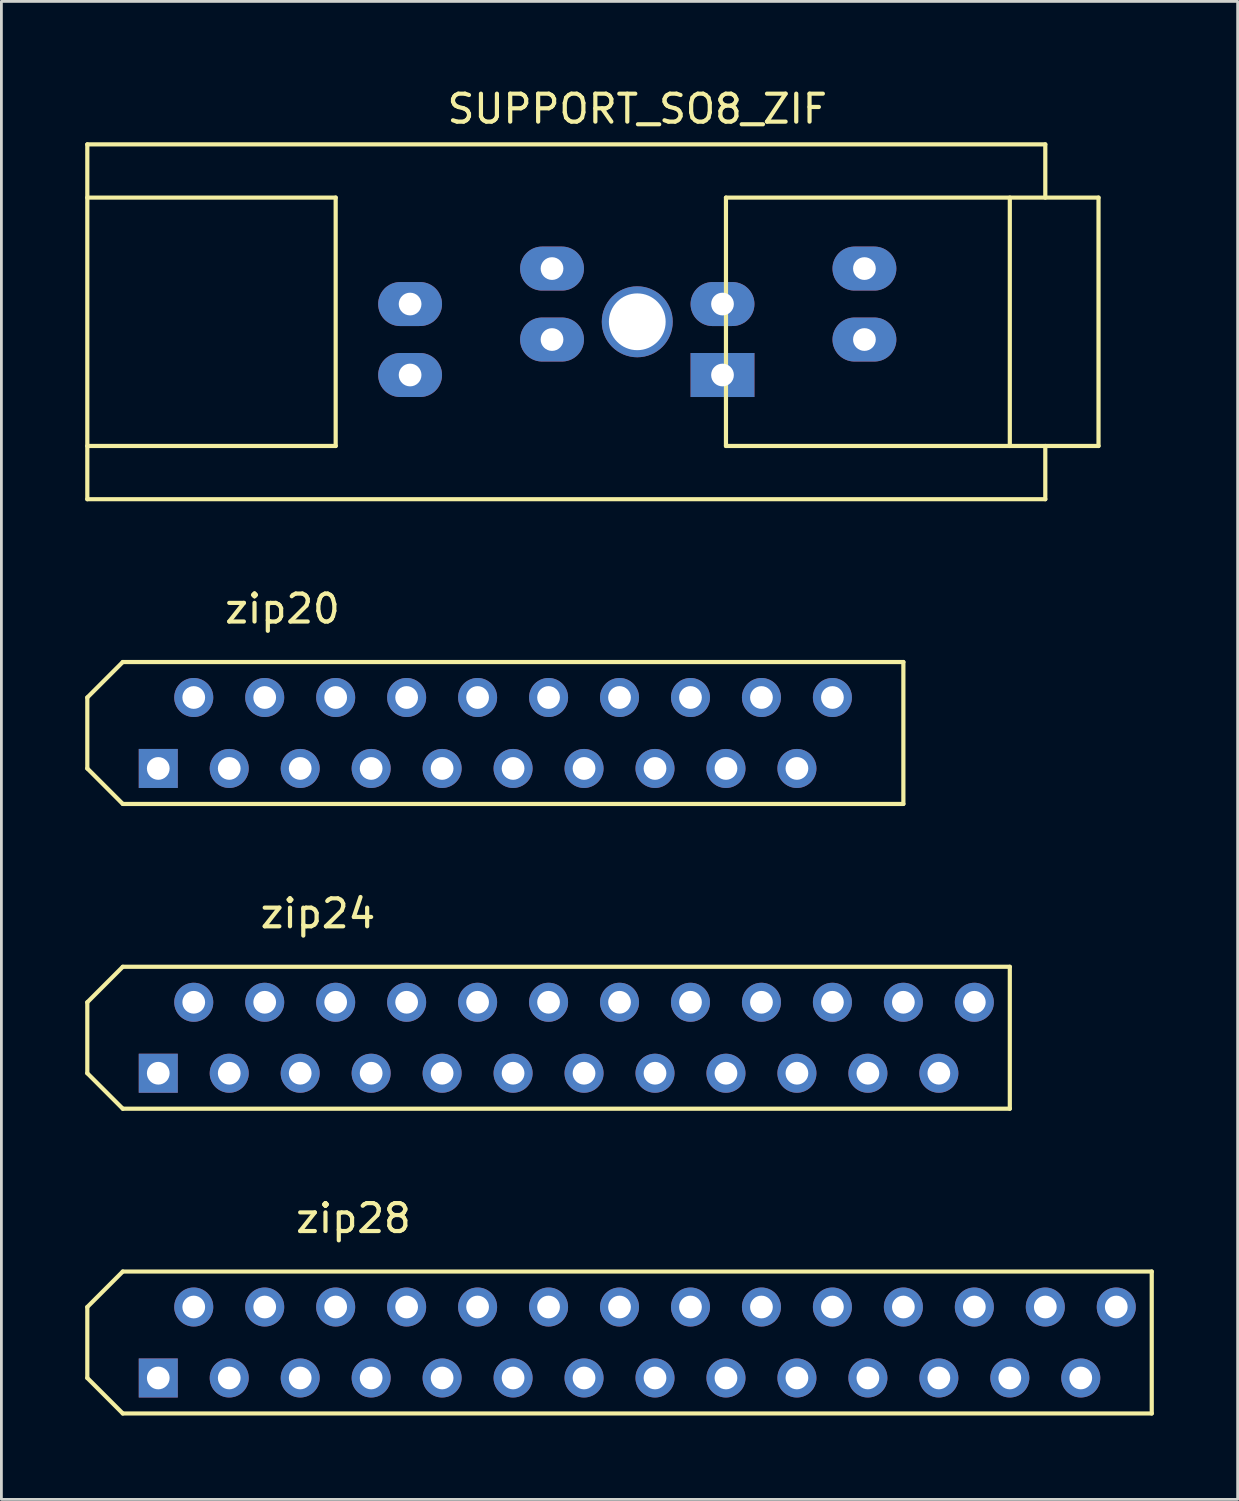
<source format=kicad_pcb>
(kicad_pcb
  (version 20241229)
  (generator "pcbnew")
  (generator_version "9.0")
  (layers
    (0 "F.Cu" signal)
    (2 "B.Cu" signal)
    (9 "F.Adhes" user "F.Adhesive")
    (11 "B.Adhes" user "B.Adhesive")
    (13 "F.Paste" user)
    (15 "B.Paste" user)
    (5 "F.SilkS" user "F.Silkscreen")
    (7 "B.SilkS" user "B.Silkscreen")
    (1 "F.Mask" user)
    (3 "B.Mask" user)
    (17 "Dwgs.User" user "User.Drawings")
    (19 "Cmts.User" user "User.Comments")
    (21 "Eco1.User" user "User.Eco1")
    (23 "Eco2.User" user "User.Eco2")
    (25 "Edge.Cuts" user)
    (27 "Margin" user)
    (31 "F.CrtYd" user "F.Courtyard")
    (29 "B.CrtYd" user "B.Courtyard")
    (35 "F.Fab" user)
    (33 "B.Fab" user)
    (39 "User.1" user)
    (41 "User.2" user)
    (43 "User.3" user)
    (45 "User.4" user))
  (footprint "zip20"
    (layer "F.Cu")
    (at 16.585 23.186)
    (property "Reference" "zip20" (at -9.525 -4.445 0) (layer "F.SilkS") (effects (font (size 1 1) (thickness 0.15))))
    (attr through_hole)
    (fp_line (start -16.51 -1.27) (end -15.24 -2.54) (stroke (width 0.15) (type solid)) (layer "F.SilkS"))
    (fp_line (start -16.51 1.27) (end -16.51 -1.27) (stroke (width 0.15) (type solid)) (layer "F.SilkS"))
    (fp_line (start -15.24 -2.54) (end 12.7 -2.54) (stroke (width 0.15) (type solid)) (layer "F.SilkS"))
    (fp_line (start -15.24 2.54) (end -16.51 1.27) (stroke (width 0.15) (type solid)) (layer "F.SilkS"))
    (fp_line (start 12.7 -2.54) (end 12.7 2.54) (stroke (width 0.15) (type solid)) (layer "F.SilkS"))
    (fp_line (start 12.7 2.54) (end -15.24 2.54) (stroke (width 0.15) (type solid)) (layer "F.SilkS"))
    (pad "1" thru_hole rect (at -13.97 1.27) (size 1.397 1.397) (drill 0.813) (layers "*.Cu" "*.Mask"))
    (pad "2" thru_hole circle (at -12.7 -1.27) (size 1.397 1.397) (drill 0.813) (layers "*.Cu" "*.Mask"))
    (pad "3" thru_hole circle (at -11.43 1.27) (size 1.397 1.397) (drill 0.813) (layers "*.Cu" "*.Mask"))
    (pad "4" thru_hole circle (at -10.16 -1.27) (size 1.397 1.397) (drill 0.813) (layers "*.Cu" "*.Mask"))
    (pad "5" thru_hole circle (at -8.89 1.27) (size 1.397 1.397) (drill 0.813) (layers "*.Cu" "*.Mask"))
    (pad "6" thru_hole circle (at -7.62 -1.27) (size 1.397 1.397) (drill 0.813) (layers "*.Cu" "*.Mask"))
    (pad "7" thru_hole circle (at -6.35 1.27) (size 1.397 1.397) (drill 0.813) (layers "*.Cu" "*.Mask"))
    (pad "8" thru_hole circle (at -5.08 -1.27) (size 1.397 1.397) (drill 0.813) (layers "*.Cu" "*.Mask"))
    (pad "9" thru_hole circle (at -3.81 1.27) (size 1.397 1.397) (drill 0.813) (layers "*.Cu" "*.Mask"))
    (pad "10" thru_hole circle (at -2.54 -1.27) (size 1.397 1.397) (drill 0.813) (layers "*.Cu" "*.Mask"))
    (pad "11" thru_hole circle (at -1.27 1.27) (size 1.397 1.397) (drill 0.813) (layers "*.Cu" "*.Mask"))
    (pad "12" thru_hole circle (at 0 -1.27) (size 1.397 1.397) (drill 0.813) (layers "*.Cu" "*.Mask"))
    (pad "13" thru_hole circle (at 1.27 1.27) (size 1.397 1.397) (drill 0.813) (layers "*.Cu" "*.Mask"))
    (pad "14" thru_hole circle (at 2.54 -1.27) (size 1.397 1.397) (drill 0.813) (layers "*.Cu" "*.Mask"))
    (pad "15" thru_hole circle (at 3.81 1.27) (size 1.397 1.397) (drill 0.813) (layers "*.Cu" "*.Mask"))
    (pad "16" thru_hole circle (at 5.08 -1.27) (size 1.397 1.397) (drill 0.813) (layers "*.Cu" "*.Mask"))
    (pad "17" thru_hole circle (at 6.35 1.27) (size 1.397 1.397) (drill 0.813) (layers "*.Cu" "*.Mask"))
    (pad "18" thru_hole circle (at 7.62 -1.27) (size 1.397 1.397) (drill 0.813) (layers "*.Cu" "*.Mask"))
    (pad "19" thru_hole circle (at 8.89 1.27) (size 1.397 1.397) (drill 0.813) (layers "*.Cu" "*.Mask"))
    (pad "20" thru_hole circle (at 10.16 -1.27) (size 1.397 1.397) (drill 0.813) (layers "*.Cu" "*.Mask")))
  (footprint "SUPPORT_SO8_ZIF"
    (layer "F.Cu")
    (at 19.76 8.468)
    (property "Reference" "SUPPORT_SO8_ZIF" (at 0 -7.62 0) (layer "F.SilkS") (effects (font (size 1 1) (thickness 0.15))))
    (attr through_hole)
    (fp_line (start -19.685 -6.35) (end -19.685 6.35) (stroke (width 0.15) (type solid)) (layer "F.SilkS"))
    (fp_line (start -19.685 -6.35) (end 14.605 -6.35) (stroke (width 0.15) (type solid)) (layer "F.SilkS"))
    (fp_line (start -19.685 4.445) (end -10.795 4.445) (stroke (width 0.15) (type solid)) (layer "F.SilkS"))
    (fp_line (start -10.795 -4.445) (end -19.685 -4.445) (stroke (width 0.15) (type solid)) (layer "F.SilkS"))
    (fp_line (start -10.795 4.445) (end -10.795 -4.445) (stroke (width 0.15) (type solid)) (layer "F.SilkS"))
    (fp_line (start 3.175 -4.445) (end 3.175 4.445) (stroke (width 0.15) (type solid)) (layer "F.SilkS"))
    (fp_line (start 3.175 4.445) (end 16.51 4.445) (stroke (width 0.15) (type solid)) (layer "F.SilkS"))
    (fp_line (start 13.335 4.445) (end 13.335 -4.445) (stroke (width 0.15) (type solid)) (layer "F.SilkS"))
    (fp_line (start 14.605 -6.35) (end 14.605 -4.445) (stroke (width 0.15) (type solid)) (layer "F.SilkS"))
    (fp_line (start 14.605 6.35) (end -19.685 6.35) (stroke (width 0.15) (type solid)) (layer "F.SilkS"))
    (fp_line (start 14.605 6.35) (end 14.605 4.445) (stroke (width 0.15) (type solid)) (layer "F.SilkS"))
    (fp_line (start 16.51 -4.445) (end 3.175 -4.445) (stroke (width 0.15) (type solid)) (layer "F.SilkS"))
    (fp_line (start 16.51 4.445) (end 16.51 -4.445) (stroke (width 0.15) (type solid)) (layer "F.SilkS"))
    (pad "" thru_hole circle (at 0 0) (size 2.54 2.54) (drill 2.032) (layers "*.Cu"))
    (pad "1" thru_hole oval (at -3.051 -1.905) (size 2.286 1.575) (drill 0.813) (layers "*.Cu" "*.Mask"))
    (pad "2" thru_hole oval (at -8.131 -0.635) (size 2.286 1.575) (drill 0.813) (layers "*.Cu" "*.Mask"))
    (pad "3" thru_hole oval (at -3.051 0.635) (size 2.286 1.575) (drill 0.813) (layers "*.Cu" "*.Mask"))
    (pad "4" thru_hole oval (at -8.131 1.905) (size 2.286 1.575) (drill 0.813) (layers "*.Cu" "*.Mask"))
    (pad "5" thru_hole rect (at 3.051 1.905) (size 2.286 1.575) (drill 0.813) (layers "*.Cu" "*.Mask"))
    (pad "6" thru_hole oval (at 8.131 0.635) (size 2.286 1.575) (drill 0.813) (layers "*.Cu" "*.Mask"))
    (pad "7" thru_hole oval (at 3.051 -0.635) (size 2.286 1.575) (drill 0.813) (layers "*.Cu" "*.Mask"))
    (pad "8" thru_hole oval (at 8.131 -1.905) (size 2.286 1.575) (drill 0.813) (layers "*.Cu" "*.Mask")))
  (footprint "zip24"
    (layer "F.Cu")
    (at 16.585 34.095)
    (property "Reference" "zip24" (at -8.255 -4.445 0) (layer "F.SilkS") (effects (font (size 1 1) (thickness 0.15))))
    (attr through_hole)
    (fp_line (start -16.51 -1.27) (end -15.24 -2.54) (stroke (width 0.15) (type solid)) (layer "F.SilkS"))
    (fp_line (start -16.51 1.27) (end -16.51 -1.27) (stroke (width 0.15) (type solid)) (layer "F.SilkS"))
    (fp_line (start -15.24 -2.54) (end 16.51 -2.54) (stroke (width 0.15) (type solid)) (layer "F.SilkS"))
    (fp_line (start -15.24 2.54) (end -16.51 1.27) (stroke (width 0.15) (type solid)) (layer "F.SilkS"))
    (fp_line (start 16.51 -2.54) (end 16.51 2.54) (stroke (width 0.15) (type solid)) (layer "F.SilkS"))
    (fp_line (start 16.51 2.54) (end -15.24 2.54) (stroke (width 0.15) (type solid)) (layer "F.SilkS"))
    (pad "1" thru_hole rect (at -13.97 1.27) (size 1.397 1.397) (drill 0.813) (layers "*.Cu" "*.Mask"))
    (pad "2" thru_hole circle (at -12.7 -1.27) (size 1.397 1.397) (drill 0.813) (layers "*.Cu" "*.Mask"))
    (pad "3" thru_hole circle (at -11.43 1.27) (size 1.397 1.397) (drill 0.813) (layers "*.Cu" "*.Mask"))
    (pad "4" thru_hole circle (at -10.16 -1.27) (size 1.397 1.397) (drill 0.813) (layers "*.Cu" "*.Mask"))
    (pad "5" thru_hole circle (at -8.89 1.27) (size 1.397 1.397) (drill 0.813) (layers "*.Cu" "*.Mask"))
    (pad "6" thru_hole circle (at -7.62 -1.27) (size 1.397 1.397) (drill 0.813) (layers "*.Cu" "*.Mask"))
    (pad "7" thru_hole circle (at -6.35 1.27) (size 1.397 1.397) (drill 0.813) (layers "*.Cu" "*.Mask"))
    (pad "8" thru_hole circle (at -5.08 -1.27) (size 1.397 1.397) (drill 0.813) (layers "*.Cu" "*.Mask"))
    (pad "9" thru_hole circle (at -3.81 1.27) (size 1.397 1.397) (drill 0.813) (layers "*.Cu" "*.Mask"))
    (pad "10" thru_hole circle (at -2.54 -1.27) (size 1.397 1.397) (drill 0.813) (layers "*.Cu" "*.Mask"))
    (pad "11" thru_hole circle (at -1.27 1.27) (size 1.397 1.397) (drill 0.813) (layers "*.Cu" "*.Mask"))
    (pad "12" thru_hole circle (at 0 -1.27) (size 1.397 1.397) (drill 0.813) (layers "*.Cu" "*.Mask"))
    (pad "13" thru_hole circle (at 1.27 1.27) (size 1.397 1.397) (drill 0.813) (layers "*.Cu" "*.Mask"))
    (pad "14" thru_hole circle (at 2.54 -1.27) (size 1.397 1.397) (drill 0.813) (layers "*.Cu" "*.Mask"))
    (pad "15" thru_hole circle (at 3.81 1.27) (size 1.397 1.397) (drill 0.813) (layers "*.Cu" "*.Mask"))
    (pad "16" thru_hole circle (at 5.08 -1.27) (size 1.397 1.397) (drill 0.813) (layers "*.Cu" "*.Mask"))
    (pad "17" thru_hole circle (at 6.35 1.27) (size 1.397 1.397) (drill 0.813) (layers "*.Cu" "*.Mask"))
    (pad "18" thru_hole circle (at 7.62 -1.27) (size 1.397 1.397) (drill 0.813) (layers "*.Cu" "*.Mask"))
    (pad "19" thru_hole circle (at 8.89 1.27) (size 1.397 1.397) (drill 0.813) (layers "*.Cu" "*.Mask"))
    (pad "20" thru_hole circle (at 10.16 -1.27) (size 1.397 1.397) (drill 0.813) (layers "*.Cu" "*.Mask"))
    (pad "21" thru_hole circle (at 11.43 1.27) (size 1.397 1.397) (drill 0.813) (layers "*.Cu" "*.Mask"))
    (pad "22" thru_hole circle (at 12.7 -1.27) (size 1.397 1.397) (drill 0.813) (layers "*.Cu" "*.Mask"))
    (pad "23" thru_hole circle (at 13.97 1.27) (size 1.397 1.397) (drill 0.813) (layers "*.Cu" "*.Mask"))
    (pad "24" thru_hole circle (at 15.24 -1.27) (size 1.397 1.397) (drill 0.813) (layers "*.Cu" "*.Mask")))
  (footprint "zip28"
    (layer "F.Cu")
    (at 19.125 45.003)
    (property "Reference" "zip28" (at -9.525 -4.445 0) (layer "F.SilkS") (effects (font (size 1 1) (thickness 0.15))))
    (attr through_hole)
    (fp_line (start -19.05 -1.27) (end -17.78 -2.54) (stroke (width 0.15) (type solid)) (layer "F.SilkS"))
    (fp_line (start -19.05 1.27) (end -19.05 -1.27) (stroke (width 0.15) (type solid)) (layer "F.SilkS"))
    (fp_line (start -17.78 -2.54) (end 19.05 -2.54) (stroke (width 0.15) (type solid)) (layer "F.SilkS"))
    (fp_line (start -17.78 2.54) (end -19.05 1.27) (stroke (width 0.15) (type solid)) (layer "F.SilkS"))
    (fp_line (start 19.05 -2.54) (end 19.05 2.54) (stroke (width 0.15) (type solid)) (layer "F.SilkS"))
    (fp_line (start 19.05 2.54) (end -17.78 2.54) (stroke (width 0.15) (type solid)) (layer "F.SilkS"))
    (pad "1" thru_hole rect (at -16.51 1.27) (size 1.397 1.397) (drill 0.813) (layers "*.Cu" "*.Mask"))
    (pad "2" thru_hole circle (at -15.24 -1.27) (size 1.397 1.397) (drill 0.813) (layers "*.Cu" "*.Mask"))
    (pad "3" thru_hole circle (at -13.97 1.27) (size 1.397 1.397) (drill 0.813) (layers "*.Cu" "*.Mask"))
    (pad "4" thru_hole circle (at -12.7 -1.27) (size 1.397 1.397) (drill 0.813) (layers "*.Cu" "*.Mask"))
    (pad "5" thru_hole circle (at -11.43 1.27) (size 1.397 1.397) (drill 0.813) (layers "*.Cu" "*.Mask"))
    (pad "6" thru_hole circle (at -10.16 -1.27) (size 1.397 1.397) (drill 0.813) (layers "*.Cu" "*.Mask"))
    (pad "7" thru_hole circle (at -8.89 1.27) (size 1.397 1.397) (drill 0.813) (layers "*.Cu" "*.Mask"))
    (pad "8" thru_hole circle (at -7.62 -1.27) (size 1.397 1.397) (drill 0.813) (layers "*.Cu" "*.Mask"))
    (pad "9" thru_hole circle (at -6.35 1.27) (size 1.397 1.397) (drill 0.813) (layers "*.Cu" "*.Mask"))
    (pad "10" thru_hole circle (at -5.08 -1.27) (size 1.397 1.397) (drill 0.813) (layers "*.Cu" "*.Mask"))
    (pad "11" thru_hole circle (at -3.81 1.27) (size 1.397 1.397) (drill 0.813) (layers "*.Cu" "*.Mask"))
    (pad "12" thru_hole circle (at -2.54 -1.27) (size 1.397 1.397) (drill 0.813) (layers "*.Cu" "*.Mask"))
    (pad "13" thru_hole circle (at -1.27 1.27) (size 1.397 1.397) (drill 0.813) (layers "*.Cu" "*.Mask"))
    (pad "14" thru_hole circle (at 0 -1.27) (size 1.397 1.397) (drill 0.813) (layers "*.Cu" "*.Mask"))
    (pad "15" thru_hole circle (at 1.27 1.27) (size 1.397 1.397) (drill 0.813) (layers "*.Cu" "*.Mask"))
    (pad "16" thru_hole circle (at 2.54 -1.27) (size 1.397 1.397) (drill 0.813) (layers "*.Cu" "*.Mask"))
    (pad "17" thru_hole circle (at 3.81 1.27) (size 1.397 1.397) (drill 0.813) (layers "*.Cu" "*.Mask"))
    (pad "18" thru_hole circle (at 5.08 -1.27) (size 1.397 1.397) (drill 0.813) (layers "*.Cu" "*.Mask"))
    (pad "19" thru_hole circle (at 6.35 1.27) (size 1.397 1.397) (drill 0.813) (layers "*.Cu" "*.Mask"))
    (pad "20" thru_hole circle (at 7.62 -1.27) (size 1.397 1.397) (drill 0.813) (layers "*.Cu" "*.Mask"))
    (pad "21" thru_hole circle (at 8.89 1.27) (size 1.397 1.397) (drill 0.813) (layers "*.Cu" "*.Mask"))
    (pad "22" thru_hole circle (at 10.16 -1.27) (size 1.397 1.397) (drill 0.813) (layers "*.Cu" "*.Mask"))
    (pad "23" thru_hole circle (at 11.43 1.27) (size 1.397 1.397) (drill 0.813) (layers "*.Cu" "*.Mask"))
    (pad "24" thru_hole circle (at 12.7 -1.27) (size 1.397 1.397) (drill 0.813) (layers "*.Cu" "*.Mask"))
    (pad "25" thru_hole circle (at 13.97 1.27) (size 1.397 1.397) (drill 0.813) (layers "*.Cu" "*.Mask"))
    (pad "26" thru_hole circle (at 15.24 -1.27) (size 1.397 1.397) (drill 0.813) (layers "*.Cu" "*.Mask"))
    (pad "27" thru_hole circle (at 16.51 1.27) (size 1.397 1.397) (drill 0.813) (layers "*.Cu" "*.Mask"))
    (pad "28" thru_hole circle (at 17.78 -1.27) (size 1.397 1.397) (drill 0.813) (layers "*.Cu" "*.Mask")))
  (gr_rect
    (start -3 -3)
    (end 41.25 50.618)
    (stroke (width 0.1) (type default))
    (fill no)
    (layer "Edge.Cuts")))
</source>
